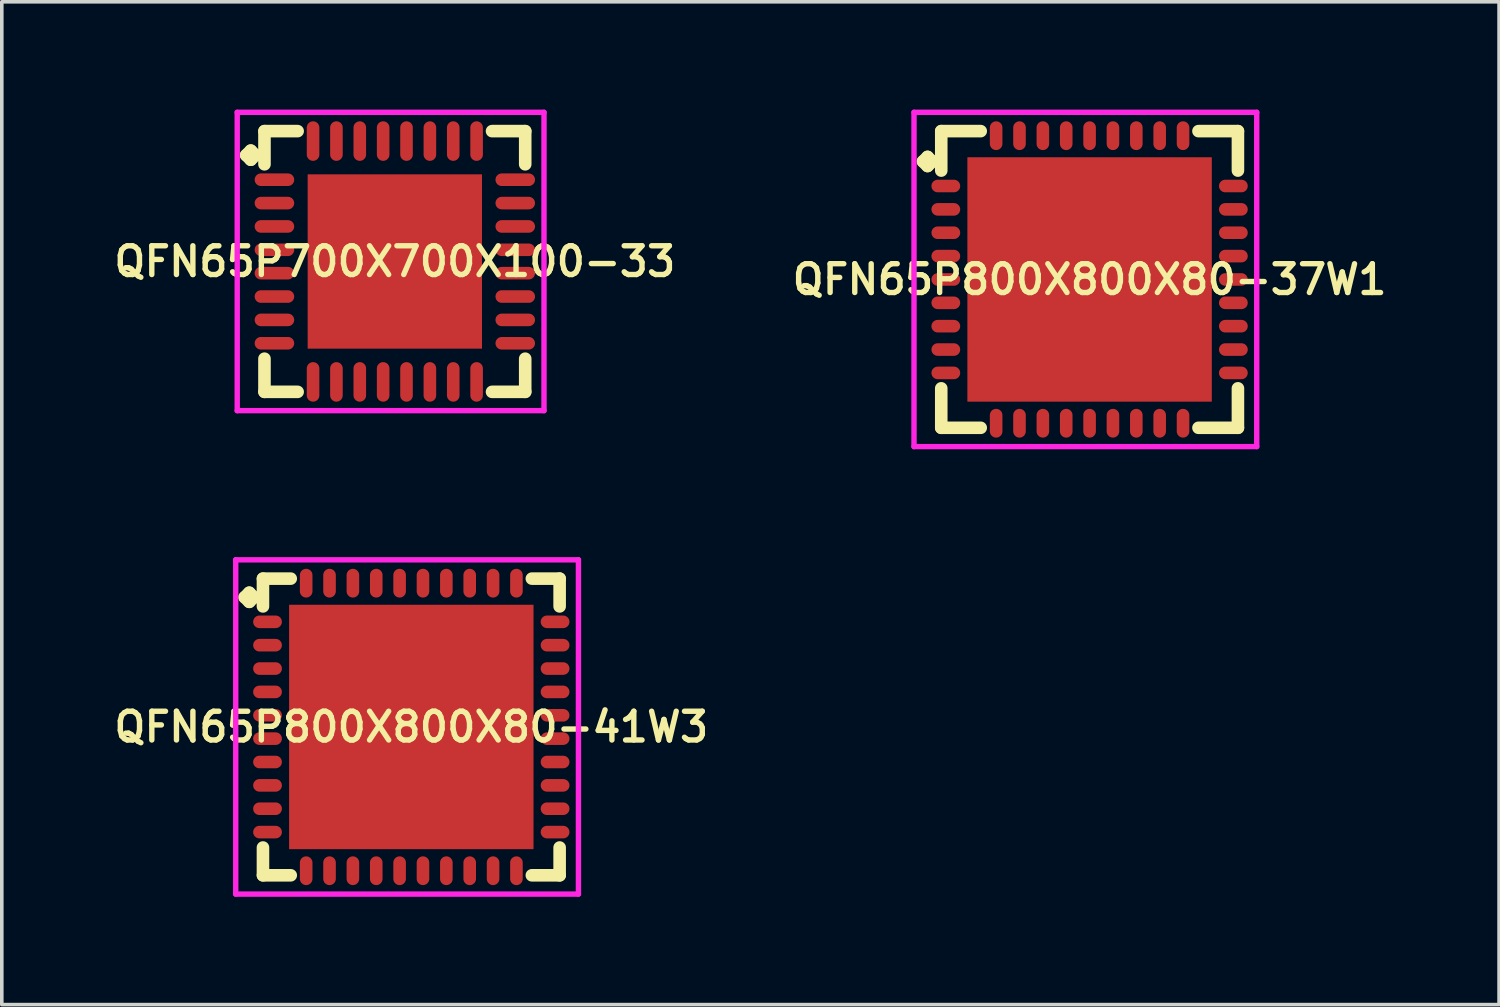
<source format=kicad_pcb>
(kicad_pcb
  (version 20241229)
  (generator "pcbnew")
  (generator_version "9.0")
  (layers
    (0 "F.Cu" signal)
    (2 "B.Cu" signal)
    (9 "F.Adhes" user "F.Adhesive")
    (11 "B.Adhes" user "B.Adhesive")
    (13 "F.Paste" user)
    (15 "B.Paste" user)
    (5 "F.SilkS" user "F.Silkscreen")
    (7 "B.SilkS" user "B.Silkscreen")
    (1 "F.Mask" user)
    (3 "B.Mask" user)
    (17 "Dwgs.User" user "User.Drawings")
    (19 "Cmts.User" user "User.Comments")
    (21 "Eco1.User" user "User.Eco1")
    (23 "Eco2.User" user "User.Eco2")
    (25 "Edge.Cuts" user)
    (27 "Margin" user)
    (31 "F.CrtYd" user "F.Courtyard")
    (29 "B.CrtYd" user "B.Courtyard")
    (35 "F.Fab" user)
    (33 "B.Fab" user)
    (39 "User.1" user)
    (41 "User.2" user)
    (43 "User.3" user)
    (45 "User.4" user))
  (footprint "QFN65P700X700X100-33"
    (layer "F.Cu")
    (at 7.935 4.225)
    (property "Reference" "QFN65P700X700X100-33" (at 0 0 0) (layer "F.SilkS") (effects (font (size 0.8 0.8) (thickness 0.15))))
    (attr smd)
    (fp_line (start -4.135 -2.958) (end -4.008 -3.085) (stroke (width 0.35) (type solid)) (layer "F.SilkS"))
    (fp_line (start -4.008 -3.085) (end -3.881 -2.958) (stroke (width 0.35) (type solid)) (layer "F.SilkS"))
    (fp_line (start -4.008 -2.831) (end -4.135 -2.958) (stroke (width 0.35) (type solid)) (layer "F.SilkS"))
    (fp_line (start -3.881 -2.958) (end -4.008 -2.831) (stroke (width 0.35) (type solid)) (layer "F.SilkS"))
    (fp_line (start -3.627 -3.627) (end -2.704 -3.627) (stroke (width 0.35) (type solid)) (layer "F.SilkS"))
    (fp_line (start -3.627 -2.704) (end -3.627 -3.627) (stroke (width 0.35) (type solid)) (layer "F.SilkS"))
    (fp_line (start -3.627 2.704) (end -3.627 3.627) (stroke (width 0.35) (type solid)) (layer "F.SilkS"))
    (fp_line (start -3.627 3.627) (end -2.704 3.627) (stroke (width 0.35) (type solid)) (layer "F.SilkS"))
    (fp_line (start 2.704 -3.627) (end 3.627 -3.627) (stroke (width 0.35) (type solid)) (layer "F.SilkS"))
    (fp_line (start 2.704 3.627) (end 3.627 3.627) (stroke (width 0.35) (type solid)) (layer "F.SilkS"))
    (fp_line (start 3.627 -3.627) (end 3.627 -2.704) (stroke (width 0.35) (type solid)) (layer "F.SilkS"))
    (fp_line (start 3.627 3.627) (end 3.627 2.704) (stroke (width 0.35) (type solid)) (layer "F.SilkS"))
    (fp_line (start -4.385 -4.15) (end 4.15 -4.15) (stroke (width 0.15) (type solid)) (layer "F.CrtYd"))
    (fp_line (start -4.385 4.15) (end -4.385 -4.15) (stroke (width 0.15) (type solid)) (layer "F.CrtYd"))
    (fp_line (start 4.15 -4.15) (end 4.15 4.15) (stroke (width 0.15) (type solid)) (layer "F.CrtYd"))
    (fp_line (start 4.15 4.15) (end -4.385 4.15) (stroke (width 0.15) (type solid)) (layer "F.CrtYd"))
    (pad "1" smd oval (at -3.35 -2.275) (size 1.1 0.35) (layers "F.Cu" "F.Mask" "F.Paste"))
    (pad "2" smd oval (at -3.35 -1.625) (size 1.1 0.35) (layers "F.Cu" "F.Mask" "F.Paste"))
    (pad "3" smd oval (at -3.35 -0.975) (size 1.1 0.35) (layers "F.Cu" "F.Mask" "F.Paste"))
    (pad "4" smd oval (at -3.35 -0.325) (size 1.1 0.35) (layers "F.Cu" "F.Mask" "F.Paste"))
    (pad "5" smd oval (at -3.35 0.325) (size 1.1 0.35) (layers "F.Cu" "F.Mask" "F.Paste"))
    (pad "6" smd oval (at -3.35 0.975) (size 1.1 0.35) (layers "F.Cu" "F.Mask" "F.Paste"))
    (pad "7" smd oval (at -3.35 1.625) (size 1.1 0.35) (layers "F.Cu" "F.Mask" "F.Paste"))
    (pad "8" smd oval (at -3.35 2.275) (size 1.1 0.35) (layers "F.Cu" "F.Mask" "F.Paste"))
    (pad "9" smd oval (at -2.275 3.35) (size 0.35 1.1) (layers "F.Cu" "F.Mask" "F.Paste"))
    (pad "10" smd oval (at -1.625 3.35) (size 0.35 1.1) (layers "F.Cu" "F.Mask" "F.Paste"))
    (pad "11" smd oval (at -0.975 3.35) (size 0.35 1.1) (layers "F.Cu" "F.Mask" "F.Paste"))
    (pad "12" smd oval (at -0.325 3.35) (size 0.35 1.1) (layers "F.Cu" "F.Mask" "F.Paste"))
    (pad "13" smd oval (at 0.325 3.35) (size 0.35 1.1) (layers "F.Cu" "F.Mask" "F.Paste"))
    (pad "14" smd oval (at 0.975 3.35) (size 0.35 1.1) (layers "F.Cu" "F.Mask" "F.Paste"))
    (pad "15" smd oval (at 1.625 3.35) (size 0.35 1.1) (layers "F.Cu" "F.Mask" "F.Paste"))
    (pad "16" smd oval (at 2.275 3.35) (size 0.35 1.1) (layers "F.Cu" "F.Mask" "F.Paste"))
    (pad "17" smd oval (at 3.35 2.275) (size 1.1 0.35) (layers "F.Cu" "F.Mask" "F.Paste"))
    (pad "18" smd oval (at 3.35 1.625) (size 1.1 0.35) (layers "F.Cu" "F.Mask" "F.Paste"))
    (pad "19" smd oval (at 3.35 0.975) (size 1.1 0.35) (layers "F.Cu" "F.Mask" "F.Paste"))
    (pad "20" smd oval (at 3.35 0.325) (size 1.1 0.35) (layers "F.Cu" "F.Mask" "F.Paste"))
    (pad "21" smd oval (at 3.35 -0.325) (size 1.1 0.35) (layers "F.Cu" "F.Mask" "F.Paste"))
    (pad "22" smd oval (at 3.35 -0.975) (size 1.1 0.35) (layers "F.Cu" "F.Mask" "F.Paste"))
    (pad "23" smd oval (at 3.35 -1.625) (size 1.1 0.35) (layers "F.Cu" "F.Mask" "F.Paste"))
    (pad "24" smd oval (at 3.35 -2.275) (size 1.1 0.35) (layers "F.Cu" "F.Mask" "F.Paste"))
    (pad "25" smd oval (at 2.275 -3.35) (size 0.35 1.1) (layers "F.Cu" "F.Mask" "F.Paste"))
    (pad "26" smd oval (at 1.625 -3.35) (size 0.35 1.1) (layers "F.Cu" "F.Mask" "F.Paste"))
    (pad "27" smd oval (at 0.975 -3.35) (size 0.35 1.1) (layers "F.Cu" "F.Mask" "F.Paste"))
    (pad "28" smd oval (at 0.325 -3.35) (size 0.35 1.1) (layers "F.Cu" "F.Mask" "F.Paste"))
    (pad "29" smd oval (at -0.325 -3.35) (size 0.35 1.1) (layers "F.Cu" "F.Mask" "F.Paste"))
    (pad "30" smd oval (at -0.975 -3.35) (size 0.35 1.1) (layers "F.Cu" "F.Mask" "F.Paste"))
    (pad "31" smd oval (at -1.625 -3.35) (size 0.35 1.1) (layers "F.Cu" "F.Mask" "F.Paste"))
    (pad "32" smd oval (at -2.275 -3.35) (size 0.35 1.1) (layers "F.Cu" "F.Mask" "F.Paste"))
    (pad "33" smd rect (at 0 0) (size 4.85 4.85) (layers "F.Cu" "F.Mask" "F.Paste")))
  (footprint "QFN65P800X800X80-37W1"
    (layer "F.Cu")
    (at 27.264 4.725)
    (property "Reference" "QFN65P800X800X80-37W1" (at 0 0 0) (layer "F.SilkS") (effects (font (size 0.8 0.8) (thickness 0.15))))
    (attr smd)
    (fp_line (start -4.635 -3.283) (end -4.508 -3.41) (stroke (width 0.35) (type solid)) (layer "F.SilkS"))
    (fp_line (start -4.508 -3.41) (end -4.381 -3.283) (stroke (width 0.35) (type solid)) (layer "F.SilkS"))
    (fp_line (start -4.508 -3.156) (end -4.635 -3.283) (stroke (width 0.35) (type solid)) (layer "F.SilkS"))
    (fp_line (start -4.381 -3.283) (end -4.508 -3.156) (stroke (width 0.35) (type solid)) (layer "F.SilkS"))
    (fp_line (start -4.127 -4.127) (end -3.029 -4.127) (stroke (width 0.35) (type solid)) (layer "F.SilkS"))
    (fp_line (start -4.127 -3.029) (end -4.127 -4.127) (stroke (width 0.35) (type solid)) (layer "F.SilkS"))
    (fp_line (start -4.127 3.029) (end -4.127 4.127) (stroke (width 0.35) (type solid)) (layer "F.SilkS"))
    (fp_line (start -4.127 4.127) (end -3.029 4.127) (stroke (width 0.35) (type solid)) (layer "F.SilkS"))
    (fp_line (start 3.029 -4.127) (end 4.127 -4.127) (stroke (width 0.35) (type solid)) (layer "F.SilkS"))
    (fp_line (start 3.029 4.127) (end 4.127 4.127) (stroke (width 0.35) (type solid)) (layer "F.SilkS"))
    (fp_line (start 4.127 -4.127) (end 4.127 -3.029) (stroke (width 0.35) (type solid)) (layer "F.SilkS"))
    (fp_line (start 4.127 4.127) (end 4.127 3.029) (stroke (width 0.35) (type solid)) (layer "F.SilkS"))
    (fp_line (start -4.885 -4.65) (end 4.65 -4.65) (stroke (width 0.15) (type solid)) (layer "F.CrtYd"))
    (fp_line (start -4.885 4.65) (end -4.885 -4.65) (stroke (width 0.15) (type solid)) (layer "F.CrtYd"))
    (fp_line (start 4.65 -4.65) (end 4.65 4.65) (stroke (width 0.15) (type solid)) (layer "F.CrtYd"))
    (fp_line (start 4.65 4.65) (end -4.885 4.65) (stroke (width 0.15) (type solid)) (layer "F.CrtYd"))
    (pad "1" smd oval (at -4 -2.6) (size 0.8 0.35) (layers "F.Cu" "F.Mask" "F.Paste"))
    (pad "2" smd oval (at -4 -1.95) (size 0.8 0.35) (layers "F.Cu" "F.Mask" "F.Paste"))
    (pad "3" smd oval (at -4 -1.3) (size 0.8 0.35) (layers "F.Cu" "F.Mask" "F.Paste"))
    (pad "4" smd oval (at -4 -0.65) (size 0.8 0.35) (layers "F.Cu" "F.Mask" "F.Paste"))
    (pad "5" smd oval (at -4 0) (size 0.8 0.35) (layers "F.Cu" "F.Mask" "F.Paste"))
    (pad "6" smd oval (at -4 0.65) (size 0.8 0.35) (layers "F.Cu" "F.Mask" "F.Paste"))
    (pad "7" smd oval (at -4 1.3) (size 0.8 0.35) (layers "F.Cu" "F.Mask" "F.Paste"))
    (pad "8" smd oval (at -4 1.95) (size 0.8 0.35) (layers "F.Cu" "F.Mask" "F.Paste"))
    (pad "9" smd oval (at -4 2.6) (size 0.8 0.35) (layers "F.Cu" "F.Mask" "F.Paste"))
    (pad "10" smd oval (at -2.6 4) (size 0.35 0.8) (layers "F.Cu" "F.Mask" "F.Paste"))
    (pad "11" smd oval (at -1.95 4) (size 0.35 0.8) (layers "F.Cu" "F.Mask" "F.Paste"))
    (pad "12" smd oval (at -1.3 4) (size 0.35 0.8) (layers "F.Cu" "F.Mask" "F.Paste"))
    (pad "13" smd oval (at -0.65 4) (size 0.35 0.8) (layers "F.Cu" "F.Mask" "F.Paste"))
    (pad "14" smd oval (at 0 4) (size 0.35 0.8) (layers "F.Cu" "F.Mask" "F.Paste"))
    (pad "15" smd oval (at 0.65 4) (size 0.35 0.8) (layers "F.Cu" "F.Mask" "F.Paste"))
    (pad "16" smd oval (at 1.3 4) (size 0.35 0.8) (layers "F.Cu" "F.Mask" "F.Paste"))
    (pad "17" smd oval (at 1.95 4) (size 0.35 0.8) (layers "F.Cu" "F.Mask" "F.Paste"))
    (pad "18" smd oval (at 2.6 4) (size 0.35 0.8) (layers "F.Cu" "F.Mask" "F.Paste"))
    (pad "19" smd oval (at 4 2.6) (size 0.8 0.35) (layers "F.Cu" "F.Mask" "F.Paste"))
    (pad "20" smd oval (at 4 1.95) (size 0.8 0.35) (layers "F.Cu" "F.Mask" "F.Paste"))
    (pad "21" smd oval (at 4 1.3) (size 0.8 0.35) (layers "F.Cu" "F.Mask" "F.Paste"))
    (pad "22" smd oval (at 4 0.65) (size 0.8 0.35) (layers "F.Cu" "F.Mask" "F.Paste"))
    (pad "23" smd oval (at 4 0) (size 0.8 0.35) (layers "F.Cu" "F.Mask" "F.Paste"))
    (pad "24" smd oval (at 4 -0.65) (size 0.8 0.35) (layers "F.Cu" "F.Mask" "F.Paste"))
    (pad "25" smd oval (at 4 -1.3) (size 0.8 0.35) (layers "F.Cu" "F.Mask" "F.Paste"))
    (pad "26" smd oval (at 4 -1.95) (size 0.8 0.35) (layers "F.Cu" "F.Mask" "F.Paste"))
    (pad "27" smd oval (at 4 -2.6) (size 0.8 0.35) (layers "F.Cu" "F.Mask" "F.Paste"))
    (pad "28" smd oval (at 2.6 -4) (size 0.35 0.8) (layers "F.Cu" "F.Mask" "F.Paste"))
    (pad "29" smd oval (at 1.95 -4) (size 0.35 0.8) (layers "F.Cu" "F.Mask" "F.Paste"))
    (pad "30" smd oval (at 1.3 -4) (size 0.35 0.8) (layers "F.Cu" "F.Mask" "F.Paste"))
    (pad "31" smd oval (at 0.65 -4) (size 0.35 0.8) (layers "F.Cu" "F.Mask" "F.Paste"))
    (pad "32" smd oval (at 0 -4) (size 0.35 0.8) (layers "F.Cu" "F.Mask" "F.Paste"))
    (pad "33" smd oval (at -0.65 -4) (size 0.35 0.8) (layers "F.Cu" "F.Mask" "F.Paste"))
    (pad "34" smd oval (at -1.3 -4) (size 0.35 0.8) (layers "F.Cu" "F.Mask" "F.Paste"))
    (pad "35" smd oval (at -1.95 -4) (size 0.35 0.8) (layers "F.Cu" "F.Mask" "F.Paste"))
    (pad "36" smd oval (at -2.6 -4) (size 0.35 0.8) (layers "F.Cu" "F.Mask" "F.Paste"))
    (pad "37" smd rect (at 0 0) (size 6.8 6.8) (layers "F.Cu" "F.Mask" "F.Paste")))
  (footprint "QFN65P800X800X80-41W3"
    (layer "F.Cu")
    (at 8.393 17.175)
    (property "Reference" "QFN65P800X800X80-41W3" (at 0 0 0) (layer "F.SilkS") (effects (font (size 0.8 0.8) (thickness 0.15))))
    (attr smd)
    (fp_line (start -4.635 -3.608) (end -4.508 -3.735) (stroke (width 0.35) (type solid)) (layer "F.SilkS"))
    (fp_line (start -4.508 -3.735) (end -4.381 -3.608) (stroke (width 0.35) (type solid)) (layer "F.SilkS"))
    (fp_line (start -4.508 -3.481) (end -4.635 -3.608) (stroke (width 0.35) (type solid)) (layer "F.SilkS"))
    (fp_line (start -4.381 -3.608) (end -4.508 -3.481) (stroke (width 0.35) (type solid)) (layer "F.SilkS"))
    (fp_line (start -4.127 -4.127) (end -3.354 -4.127) (stroke (width 0.35) (type solid)) (layer "F.SilkS"))
    (fp_line (start -4.127 -3.354) (end -4.127 -4.127) (stroke (width 0.35) (type solid)) (layer "F.SilkS"))
    (fp_line (start -4.127 3.354) (end -4.127 4.127) (stroke (width 0.35) (type solid)) (layer "F.SilkS"))
    (fp_line (start -4.127 4.127) (end -3.354 4.127) (stroke (width 0.35) (type solid)) (layer "F.SilkS"))
    (fp_line (start 3.354 -4.127) (end 4.127 -4.127) (stroke (width 0.35) (type solid)) (layer "F.SilkS"))
    (fp_line (start 3.354 4.127) (end 4.127 4.127) (stroke (width 0.35) (type solid)) (layer "F.SilkS"))
    (fp_line (start 4.127 -4.127) (end 4.127 -3.354) (stroke (width 0.35) (type solid)) (layer "F.SilkS"))
    (fp_line (start 4.127 4.127) (end 4.127 3.354) (stroke (width 0.35) (type solid)) (layer "F.SilkS"))
    (fp_line (start -4.885 -4.65) (end 4.65 -4.65) (stroke (width 0.15) (type solid)) (layer "F.CrtYd"))
    (fp_line (start -4.885 4.65) (end -4.885 -4.65) (stroke (width 0.15) (type solid)) (layer "F.CrtYd"))
    (fp_line (start 4.65 -4.65) (end 4.65 4.65) (stroke (width 0.15) (type solid)) (layer "F.CrtYd"))
    (fp_line (start 4.65 4.65) (end -4.885 4.65) (stroke (width 0.15) (type solid)) (layer "F.CrtYd"))
    (pad "1" smd oval (at -4 -2.925) (size 0.8 0.35) (layers "F.Cu" "F.Mask" "F.Paste"))
    (pad "2" smd oval (at -4 -2.275) (size 0.8 0.35) (layers "F.Cu" "F.Mask" "F.Paste"))
    (pad "3" smd oval (at -4 -1.625) (size 0.8 0.35) (layers "F.Cu" "F.Mask" "F.Paste"))
    (pad "4" smd oval (at -4 -0.975) (size 0.8 0.35) (layers "F.Cu" "F.Mask" "F.Paste"))
    (pad "5" smd oval (at -4 -0.325) (size 0.8 0.35) (layers "F.Cu" "F.Mask" "F.Paste"))
    (pad "6" smd oval (at -4 0.325) (size 0.8 0.35) (layers "F.Cu" "F.Mask" "F.Paste"))
    (pad "7" smd oval (at -4 0.975) (size 0.8 0.35) (layers "F.Cu" "F.Mask" "F.Paste"))
    (pad "8" smd oval (at -4 1.625) (size 0.8 0.35) (layers "F.Cu" "F.Mask" "F.Paste"))
    (pad "9" smd oval (at -4 2.275) (size 0.8 0.35) (layers "F.Cu" "F.Mask" "F.Paste"))
    (pad "10" smd oval (at -4 2.925) (size 0.8 0.35) (layers "F.Cu" "F.Mask" "F.Paste"))
    (pad "11" smd oval (at -2.925 4) (size 0.35 0.8) (layers "F.Cu" "F.Mask" "F.Paste"))
    (pad "12" smd oval (at -2.275 4) (size 0.35 0.8) (layers "F.Cu" "F.Mask" "F.Paste"))
    (pad "13" smd oval (at -1.625 4) (size 0.35 0.8) (layers "F.Cu" "F.Mask" "F.Paste"))
    (pad "14" smd oval (at -0.975 4) (size 0.35 0.8) (layers "F.Cu" "F.Mask" "F.Paste"))
    (pad "15" smd oval (at -0.325 4) (size 0.35 0.8) (layers "F.Cu" "F.Mask" "F.Paste"))
    (pad "16" smd oval (at 0.325 4) (size 0.35 0.8) (layers "F.Cu" "F.Mask" "F.Paste"))
    (pad "17" smd oval (at 0.975 4) (size 0.35 0.8) (layers "F.Cu" "F.Mask" "F.Paste"))
    (pad "18" smd oval (at 1.625 4) (size 0.35 0.8) (layers "F.Cu" "F.Mask" "F.Paste"))
    (pad "19" smd oval (at 2.275 4) (size 0.35 0.8) (layers "F.Cu" "F.Mask" "F.Paste"))
    (pad "20" smd oval (at 2.925 4) (size 0.35 0.8) (layers "F.Cu" "F.Mask" "F.Paste"))
    (pad "21" smd oval (at 4 2.925) (size 0.8 0.35) (layers "F.Cu" "F.Mask" "F.Paste"))
    (pad "22" smd oval (at 4 2.275) (size 0.8 0.35) (layers "F.Cu" "F.Mask" "F.Paste"))
    (pad "23" smd oval (at 4 1.625) (size 0.8 0.35) (layers "F.Cu" "F.Mask" "F.Paste"))
    (pad "24" smd oval (at 4 0.975) (size 0.8 0.35) (layers "F.Cu" "F.Mask" "F.Paste"))
    (pad "25" smd oval (at 4 0.325) (size 0.8 0.35) (layers "F.Cu" "F.Mask" "F.Paste"))
    (pad "26" smd oval (at 4 -0.325) (size 0.8 0.35) (layers "F.Cu" "F.Mask" "F.Paste"))
    (pad "27" smd oval (at 4 -0.975) (size 0.8 0.35) (layers "F.Cu" "F.Mask" "F.Paste"))
    (pad "28" smd oval (at 4 -1.625) (size 0.8 0.35) (layers "F.Cu" "F.Mask" "F.Paste"))
    (pad "29" smd oval (at 4 -2.275) (size 0.8 0.35) (layers "F.Cu" "F.Mask" "F.Paste"))
    (pad "30" smd oval (at 4 -2.925) (size 0.8 0.35) (layers "F.Cu" "F.Mask" "F.Paste"))
    (pad "31" smd oval (at 2.925 -4) (size 0.35 0.8) (layers "F.Cu" "F.Mask" "F.Paste"))
    (pad "32" smd oval (at 2.275 -4) (size 0.35 0.8) (layers "F.Cu" "F.Mask" "F.Paste"))
    (pad "33" smd oval (at 1.625 -4) (size 0.35 0.8) (layers "F.Cu" "F.Mask" "F.Paste"))
    (pad "34" smd oval (at 0.975 -4) (size 0.35 0.8) (layers "F.Cu" "F.Mask" "F.Paste"))
    (pad "35" smd oval (at 0.325 -4) (size 0.35 0.8) (layers "F.Cu" "F.Mask" "F.Paste"))
    (pad "36" smd oval (at -0.325 -4) (size 0.35 0.8) (layers "F.Cu" "F.Mask" "F.Paste"))
    (pad "37" smd oval (at -0.975 -4) (size 0.35 0.8) (layers "F.Cu" "F.Mask" "F.Paste"))
    (pad "38" smd oval (at -1.625 -4) (size 0.35 0.8) (layers "F.Cu" "F.Mask" "F.Paste"))
    (pad "39" smd oval (at -2.275 -4) (size 0.35 0.8) (layers "F.Cu" "F.Mask" "F.Paste"))
    (pad "40" smd oval (at -2.925 -4) (size 0.35 0.8) (layers "F.Cu" "F.Mask" "F.Paste"))
    (pad "41" smd rect (at 0 0) (size 6.8 6.8) (layers "F.Cu" "F.Mask" "F.Paste")))
  (gr_rect
    (start -3 -3)
    (end 38.656 24.9)
    (stroke (width 0.1) (type default))
    (fill no)
    (layer "Edge.Cuts")))
</source>
